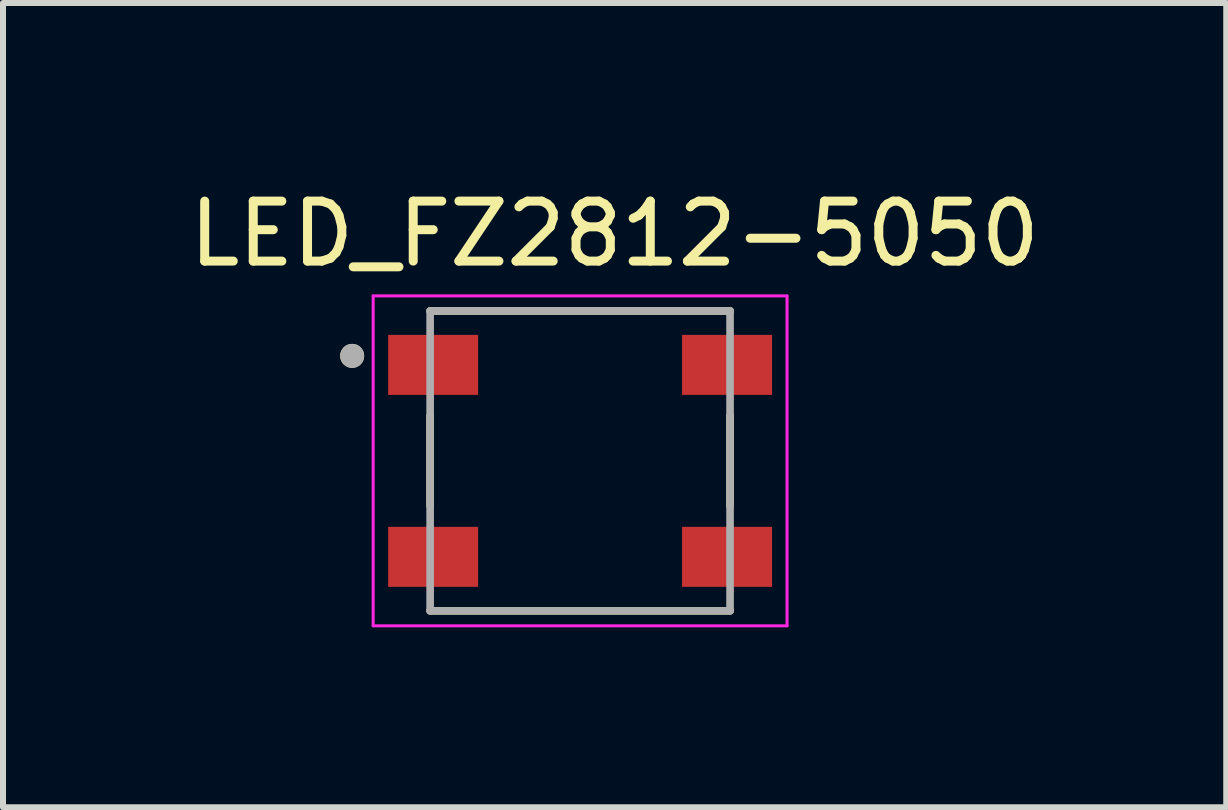
<source format=kicad_pcb>
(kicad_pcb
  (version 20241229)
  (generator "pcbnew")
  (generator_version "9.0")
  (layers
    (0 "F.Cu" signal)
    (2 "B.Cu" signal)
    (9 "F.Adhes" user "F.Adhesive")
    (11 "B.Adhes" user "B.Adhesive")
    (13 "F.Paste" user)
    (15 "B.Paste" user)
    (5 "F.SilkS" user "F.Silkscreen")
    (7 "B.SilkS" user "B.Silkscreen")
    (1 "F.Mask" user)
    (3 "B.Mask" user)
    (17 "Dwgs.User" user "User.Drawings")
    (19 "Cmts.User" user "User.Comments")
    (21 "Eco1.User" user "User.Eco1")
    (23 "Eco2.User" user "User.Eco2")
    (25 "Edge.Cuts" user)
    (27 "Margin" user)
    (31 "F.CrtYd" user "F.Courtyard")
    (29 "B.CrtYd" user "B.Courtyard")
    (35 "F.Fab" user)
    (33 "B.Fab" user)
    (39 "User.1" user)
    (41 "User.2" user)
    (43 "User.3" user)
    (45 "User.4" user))
  (footprint "LED_FZ2812-5050"
    (layer "F.Cu")
    (at 6.621 4.633)
    (property "Reference" "LED_FZ2812-5050" (at 0.575 -3.785 0) (layer "F.SilkS") (effects (font (size 1 1) (thickness 0.15))))
    (attr smd)
    (fp_line (start -2.5 -2.5) (end 2.5 -2.5) (stroke (width 0.127) (type solid)) (layer "F.SilkS"))
    (fp_line (start -2.5 0.75) (end -2.5 -0.75) (stroke (width 0.127) (type solid)) (layer "F.SilkS"))
    (fp_line (start -2.5 2.5) (end 2.5 2.5) (stroke (width 0.127) (type solid)) (layer "F.SilkS"))
    (fp_line (start 2.5 -0.75) (end 2.5 0.75) (stroke (width 0.127) (type solid)) (layer "F.SilkS"))
    (fp_circle (center -3.8 -1.75) (end -3.7 -1.75) (stroke (width 0.2) (type solid)) (fill no) (layer "F.SilkS"))
    (fp_line (start -3.45 -2.75) (end 3.45 -2.75) (stroke (width 0.05) (type solid)) (layer "F.CrtYd"))
    (fp_line (start -3.45 2.75) (end -3.45 -2.75) (stroke (width 0.05) (type solid)) (layer "F.CrtYd"))
    (fp_line (start 3.45 -2.75) (end 3.45 2.75) (stroke (width 0.05) (type solid)) (layer "F.CrtYd"))
    (fp_line (start 3.45 2.75) (end -3.45 2.75) (stroke (width 0.05) (type solid)) (layer "F.CrtYd"))
    (fp_line (start -2.5 -2.5) (end 2.5 -2.5) (stroke (width 0.127) (type solid)) (layer "F.Fab"))
    (fp_line (start -2.5 2.5) (end -2.5 -2.5) (stroke (width 0.127) (type solid)) (layer "F.Fab"))
    (fp_line (start 2.5 -2.5) (end 2.5 2.5) (stroke (width 0.127) (type solid)) (layer "F.Fab"))
    (fp_line (start 2.5 2.5) (end -2.5 2.5) (stroke (width 0.127) (type solid)) (layer "F.Fab"))
    (fp_circle (center -3.8 -1.75) (end -3.7 -1.75) (stroke (width 0.2) (type solid)) (fill no) (layer "F.Fab"))
    (pad "1" smd rect (at -2.45 -1.6) (size 1.5 1) (layers "F.Cu" "F.Mask" "F.Paste"))
    (pad "2" smd rect (at -2.45 1.6) (size 1.5 1) (layers "F.Cu" "F.Mask" "F.Paste"))
    (pad "3" smd rect (at 2.45 1.6) (size 1.5 1) (layers "F.Cu" "F.Mask" "F.Paste"))
    (pad "4" smd rect (at 2.45 -1.6) (size 1.5 1) (layers "F.Cu" "F.Mask" "F.Paste")))
  (gr_rect
    (start -3 -3)
    (end 17.393 10.408)
    (stroke (width 0.1) (type default))
    (fill no)
    (layer "Edge.Cuts")))
</source>
